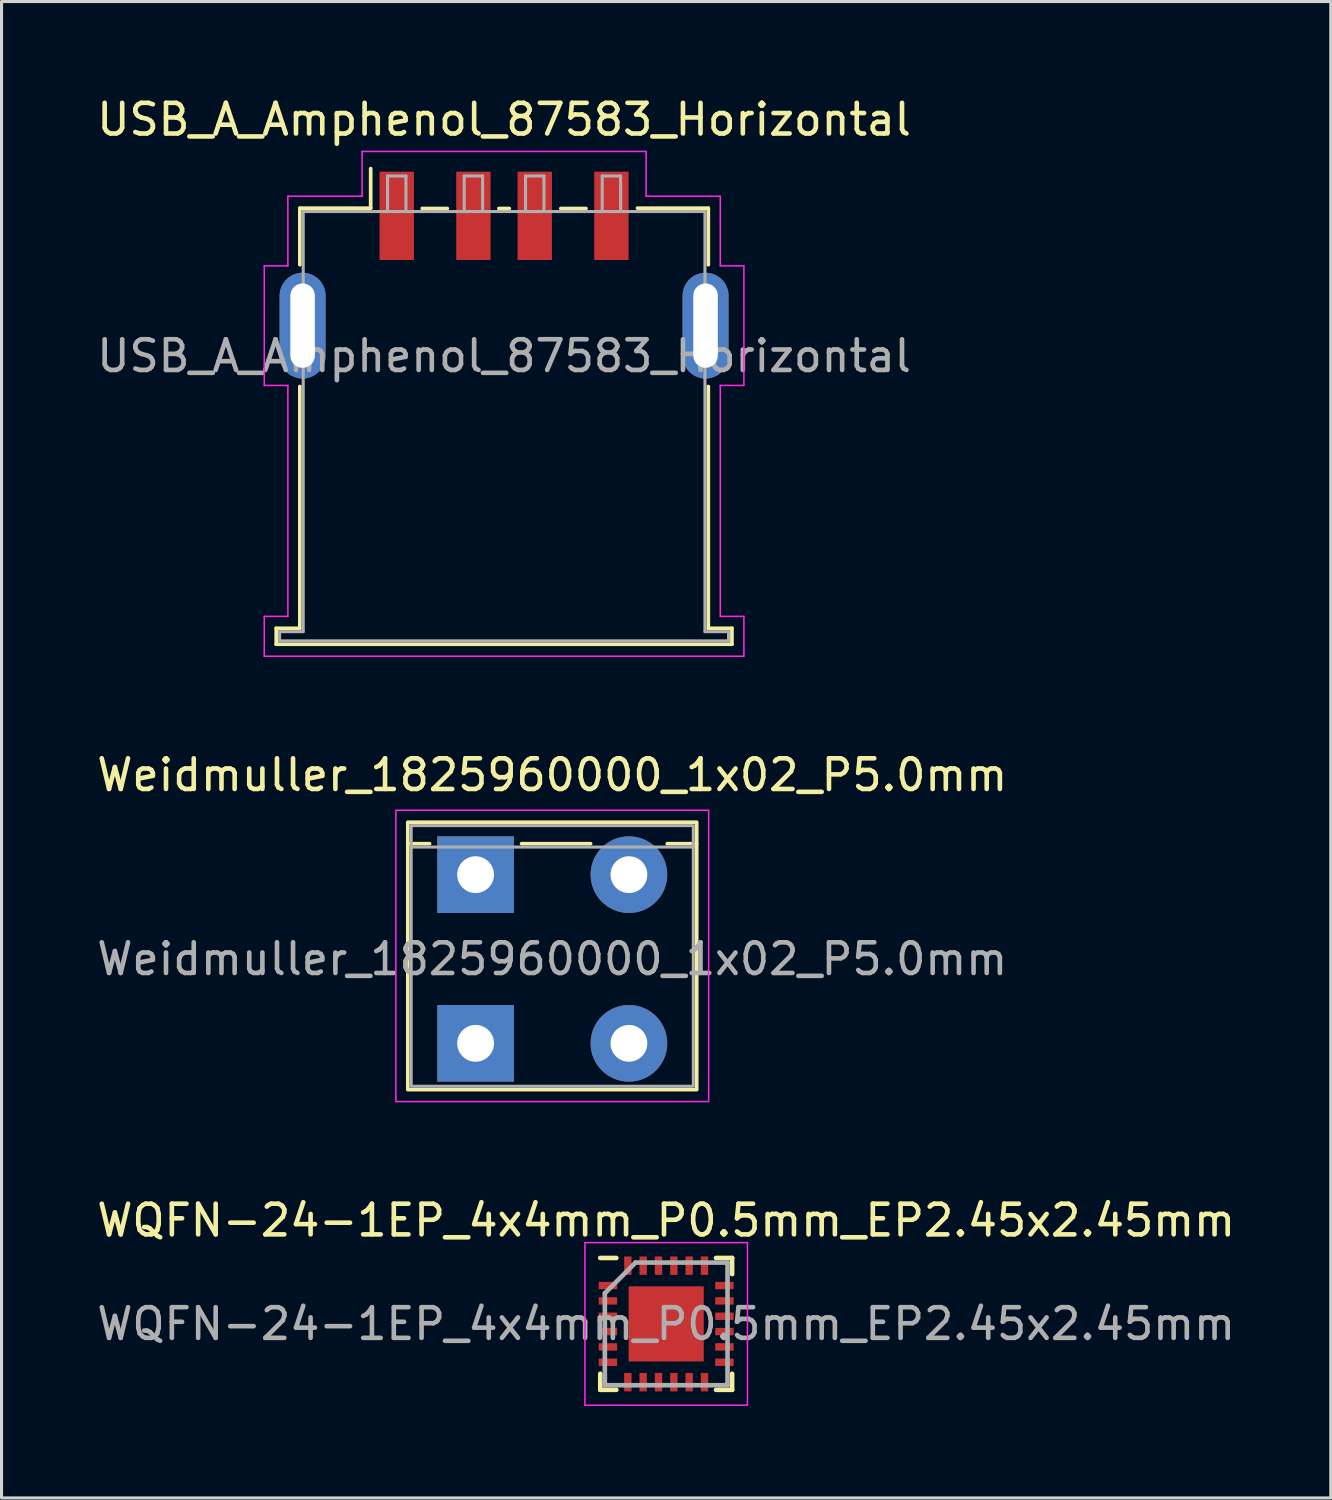
<source format=kicad_pcb>
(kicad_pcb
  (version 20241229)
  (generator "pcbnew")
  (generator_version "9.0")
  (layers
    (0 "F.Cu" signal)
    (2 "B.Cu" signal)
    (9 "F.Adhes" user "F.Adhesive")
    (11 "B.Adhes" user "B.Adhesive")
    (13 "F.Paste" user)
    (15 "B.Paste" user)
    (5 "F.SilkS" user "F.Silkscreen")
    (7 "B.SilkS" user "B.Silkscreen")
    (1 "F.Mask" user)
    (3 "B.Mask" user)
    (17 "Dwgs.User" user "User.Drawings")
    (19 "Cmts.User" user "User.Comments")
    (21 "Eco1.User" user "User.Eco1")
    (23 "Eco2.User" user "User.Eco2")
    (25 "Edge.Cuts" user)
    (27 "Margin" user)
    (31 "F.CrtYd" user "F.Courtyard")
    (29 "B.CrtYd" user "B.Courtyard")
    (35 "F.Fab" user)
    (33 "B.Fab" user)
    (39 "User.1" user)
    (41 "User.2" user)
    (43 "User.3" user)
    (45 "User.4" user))
  (footprint "USB_A_Amphenol_87583_Horizontal"
    (layer "F.Cu")
    (at 13.387 10.268)
    (property "Reference" "USB_A_Amphenol_87583_Horizontal" (at 0 -9.42 0) (layer "F.SilkS") (effects (font (size 1 1) (thickness 0.15))))
    (attr smd)
    (fp_line (start -7.43 7.17) (end -7.43 7.69) (stroke (width 0.12) (type solid)) (layer "F.SilkS"))
    (fp_line (start -7.43 7.69) (end 7.43 7.69) (stroke (width 0.12) (type solid)) (layer "F.SilkS"))
    (fp_line (start -6.66 -6.53) (end -6.66 -4.685) (stroke (width 0.12) (type solid)) (layer "F.SilkS"))
    (fp_line (start -6.66 -6.53) (end -4.35 -6.53) (stroke (width 0.12) (type solid)) (layer "F.SilkS"))
    (fp_line (start -6.66 7.17) (end -7.43 7.17) (stroke (width 0.12) (type solid)) (layer "F.SilkS"))
    (fp_line (start -6.66 7.17) (end -6.66 -0.715) (stroke (width 0.12) (type solid)) (layer "F.SilkS"))
    (fp_line (start -4.35 -7.82) (end -4.35 -6.53) (stroke (width 0.12) (type solid)) (layer "F.SilkS"))
    (fp_line (start -2.67 -6.52) (end -1.85 -6.52) (stroke (width 0.12) (type solid)) (layer "F.SilkS"))
    (fp_line (start -0.17 -6.52) (end 0.17 -6.52) (stroke (width 0.12) (type solid)) (layer "F.SilkS"))
    (fp_line (start 1.85 -6.52) (end 2.67 -6.52) (stroke (width 0.12) (type solid)) (layer "F.SilkS"))
    (fp_line (start 4.35 -6.53) (end 6.66 -6.53) (stroke (width 0.12) (type solid)) (layer "F.SilkS"))
    (fp_line (start 6.66 -6.53) (end 6.66 -4.685) (stroke (width 0.12) (type solid)) (layer "F.SilkS"))
    (fp_line (start 6.66 -0.715) (end 6.66 7.17) (stroke (width 0.12) (type solid)) (layer "F.SilkS"))
    (fp_line (start 7.43 7.17) (end 6.66 7.17) (stroke (width 0.12) (type solid)) (layer "F.SilkS"))
    (fp_line (start 7.43 7.69) (end 7.43 7.17) (stroke (width 0.12) (type solid)) (layer "F.SilkS"))
    (fp_line (start -7.82 -4.65) (end -7.82 -0.75) (stroke (width 0.05) (type solid)) (layer "F.CrtYd"))
    (fp_line (start -7.82 6.78) (end -7.05 6.78) (stroke (width 0.05) (type solid)) (layer "F.CrtYd"))
    (fp_line (start -7.82 8.08) (end -7.82 6.78) (stroke (width 0.05) (type solid)) (layer "F.CrtYd"))
    (fp_line (start -7.82 8.08) (end 7.82 8.08) (stroke (width 0.05) (type solid)) (layer "F.CrtYd"))
    (fp_line (start -7.05 -6.92) (end -7.05 -4.65) (stroke (width 0.05) (type solid)) (layer "F.CrtYd"))
    (fp_line (start -7.05 -6.92) (end -4.63 -6.92) (stroke (width 0.05) (type solid)) (layer "F.CrtYd"))
    (fp_line (start -7.05 -4.65) (end -7.82 -4.65) (stroke (width 0.05) (type solid)) (layer "F.CrtYd"))
    (fp_line (start -7.05 -0.75) (end -7.82 -0.75) (stroke (width 0.05) (type solid)) (layer "F.CrtYd"))
    (fp_line (start -7.05 6.78) (end -7.05 -0.75) (stroke (width 0.05) (type solid)) (layer "F.CrtYd"))
    (fp_line (start -4.63 -8.38) (end -4.63 -6.92) (stroke (width 0.05) (type solid)) (layer "F.CrtYd"))
    (fp_line (start -4.63 -8.38) (end 4.63 -8.38) (stroke (width 0.05) (type solid)) (layer "F.CrtYd"))
    (fp_line (start 4.63 -8.38) (end 4.63 -6.92) (stroke (width 0.05) (type solid)) (layer "F.CrtYd"))
    (fp_line (start 4.63 -6.92) (end 7.05 -6.92) (stroke (width 0.05) (type solid)) (layer "F.CrtYd"))
    (fp_line (start 7.05 -6.92) (end 7.05 -4.65) (stroke (width 0.05) (type solid)) (layer "F.CrtYd"))
    (fp_line (start 7.05 6.78) (end 7.05 -0.75) (stroke (width 0.05) (type solid)) (layer "F.CrtYd"))
    (fp_line (start 7.82 -4.65) (end 7.05 -4.65) (stroke (width 0.05) (type solid)) (layer "F.CrtYd"))
    (fp_line (start 7.82 -4.65) (end 7.82 -0.75) (stroke (width 0.05) (type solid)) (layer "F.CrtYd"))
    (fp_line (start 7.82 -0.75) (end 7.05 -0.75) (stroke (width 0.05) (type solid)) (layer "F.CrtYd"))
    (fp_line (start 7.82 6.78) (end 7.05 6.78) (stroke (width 0.05) (type solid)) (layer "F.CrtYd"))
    (fp_line (start 7.82 8.08) (end 7.82 6.78) (stroke (width 0.05) (type solid)) (layer "F.CrtYd"))
    (fp_line (start -7.32 7.28) (end -7.32 7.58) (stroke (width 0.1) (type solid)) (layer "F.Fab"))
    (fp_line (start -7.32 7.58) (end 7.32 7.58) (stroke (width 0.1) (type solid)) (layer "F.Fab"))
    (fp_line (start -6.55 -6.42) (end 6.55 -6.42) (stroke (width 0.1) (type solid)) (layer "F.Fab"))
    (fp_line (start -6.55 7.28) (end -7.32 7.28) (stroke (width 0.1) (type solid)) (layer "F.Fab"))
    (fp_line (start -6.55 7.28) (end -6.55 -6.42) (stroke (width 0.1) (type solid)) (layer "F.Fab"))
    (fp_line (start -3.8 -7.58) (end -3.8 -6.42) (stroke (width 0.1) (type solid)) (layer "F.Fab"))
    (fp_line (start -3.8 -7.58) (end -3.2 -7.58) (stroke (width 0.1) (type solid)) (layer "F.Fab"))
    (fp_line (start -3.2 -7.58) (end -3.2 -6.42) (stroke (width 0.1) (type solid)) (layer "F.Fab"))
    (fp_line (start -1.3 -7.58) (end -1.3 -6.42) (stroke (width 0.1) (type solid)) (layer "F.Fab"))
    (fp_line (start -1.3 -7.58) (end -0.7 -7.58) (stroke (width 0.1) (type solid)) (layer "F.Fab"))
    (fp_line (start -0.7 -7.58) (end -0.7 -6.42) (stroke (width 0.1) (type solid)) (layer "F.Fab"))
    (fp_line (start 0.7 -7.58) (end 0.7 -6.42) (stroke (width 0.1) (type solid)) (layer "F.Fab"))
    (fp_line (start 0.7 -7.58) (end 1.3 -7.58) (stroke (width 0.1) (type solid)) (layer "F.Fab"))
    (fp_line (start 1.3 -7.58) (end 1.3 -6.42) (stroke (width 0.1) (type solid)) (layer "F.Fab"))
    (fp_line (start 3.2 -7.58) (end 3.2 -6.42) (stroke (width 0.1) (type solid)) (layer "F.Fab"))
    (fp_line (start 3.2 -7.58) (end 3.8 -7.58) (stroke (width 0.1) (type solid)) (layer "F.Fab"))
    (fp_line (start 3.8 -7.58) (end 3.8 -6.42) (stroke (width 0.1) (type solid)) (layer "F.Fab"))
    (fp_line (start 6.55 -6.42) (end 6.55 7.28) (stroke (width 0.1) (type solid)) (layer "F.Fab"))
    (fp_line (start 7.32 7.28) (end 6.55 7.28) (stroke (width 0.1) (type solid)) (layer "F.Fab"))
    (fp_line (start 7.32 7.58) (end 7.32 7.28) (stroke (width 0.1) (type solid)) (layer "F.Fab"))
    (fp_text user "${REFERENCE}" (at 0 -1.71 0) (layer "F.Fab") (effects (font (size 1 1) (thickness 0.15))))
    (pad "1" smd rect (at -3.5 -6.28) (size 1.12 2.88) (layers "F.Cu" "F.Mask" "F.Paste"))
    (pad "2" smd rect (at -1 -6.28) (size 1.12 2.88) (layers "F.Cu" "F.Mask" "F.Paste"))
    (pad "3" smd rect (at 1 -6.28) (size 1.12 2.88) (layers "F.Cu" "F.Mask" "F.Paste"))
    (pad "4" smd rect (at 3.5 -6.28) (size 1.12 2.88) (layers "F.Cu" "F.Mask" "F.Paste"))
    (pad "5" thru_hole oval (at -6.57 -2.7) (size 1.5 3.45) (drill oval 0.8 2.75) (layers "*.Cu" "*.Mask" "F.Paste"))
    (pad "5" thru_hole oval (at 6.57 -2.7) (size 1.5 3.45) (drill oval 0.8 2.75) (layers "*.Cu" "*.Mask" "F.Paste")))
  (footprint "Weidmuller_1825960000_1x02_P5.0mm"
    (layer "F.Cu")
    (at 14.958 28.221)
    (property "Reference" "Weidmuller_1825960000_1x02_P5.0mm" (at 0 -6 0) (unlocked yes) (layer "F.SilkS") (effects (font (size 1 1) (thickness 0.15))))
    (attr through_hole)
    (fp_line (start -4.71 -3.76) (end -4 -3.76) (stroke (width 0.12) (type default)) (layer "F.SilkS"))
    (fp_line (start -1 -3.76) (end 1.25 -3.76) (stroke (width 0.12) (type default)) (layer "F.SilkS"))
    (fp_line (start 4.71 -3.76) (end 3.75 -3.76) (stroke (width 0.12) (type default)) (layer "F.SilkS"))
    (fp_rect (start -4.71 -4.46) (end 4.71 4.26) (stroke (width 0.12) (type default)) (fill no) (layer "F.SilkS"))
    (fp_rect (start -5.1 -4.85) (end 5.1 4.65) (stroke (width 0.05) (type default)) (fill no) (layer "F.CrtYd"))
    (fp_line (start -4.6 -3.65) (end 4.6 -3.65) (stroke (width 0.1) (type default)) (layer "F.Fab"))
    (fp_rect (start -4.6 -4.35) (end 4.6 4.15) (stroke (width 0.1) (type default)) (fill no) (layer "F.Fab"))
    (fp_text user "${REFERENCE}" (at 0 0 0) (unlocked yes) (layer "F.Fab") (effects (font (size 1 1) (thickness 0.15))))
    (pad "1" thru_hole rect (at -2.5 -2.75) (size 2.5 2.5) (drill 1.2) (layers "*.Cu" "*.Mask"))
    (pad "1" thru_hole rect (at -2.5 2.75) (size 2.5 2.5) (drill 1.2) (layers "*.Cu" "*.Mask"))
    (pad "2" thru_hole circle (at 2.5 -2.75) (size 2.5 2.5) (drill 1.2) (layers "*.Cu" "*.Mask"))
    (pad "2" thru_hole circle (at 2.5 2.75) (size 2.5 2.5) (drill 1.2) (layers "*.Cu" "*.Mask")))
  (footprint "WQFN-24-1EP_4x4mm_P0.5mm_EP2.45x2.45mm"
    (layer "F.Cu")
    (at 18.673 40.12)
    (property "Reference" "WQFN-24-1EP_4x4mm_P0.5mm_EP2.45x2.45mm" (at 0 -3.375 0) (layer "F.SilkS") (effects (font (size 1 1) (thickness 0.15))))
    (attr smd)
    (fp_line (start -2.15 -2.15) (end -1.625 -2.15) (stroke (width 0.15) (type solid)) (layer "F.SilkS"))
    (fp_line (start -2.15 2.15) (end -2.15 1.625) (stroke (width 0.15) (type solid)) (layer "F.SilkS"))
    (fp_line (start -2.15 2.15) (end -1.625 2.15) (stroke (width 0.15) (type solid)) (layer "F.SilkS"))
    (fp_line (start 2.15 -2.15) (end 1.625 -2.15) (stroke (width 0.15) (type solid)) (layer "F.SilkS"))
    (fp_line (start 2.15 -2.15) (end 2.15 -1.625) (stroke (width 0.15) (type solid)) (layer "F.SilkS"))
    (fp_line (start 2.15 2.15) (end 1.625 2.15) (stroke (width 0.15) (type solid)) (layer "F.SilkS"))
    (fp_line (start 2.15 2.15) (end 2.15 1.625) (stroke (width 0.15) (type solid)) (layer "F.SilkS"))
    (fp_line (start -2.65 -2.65) (end -2.65 2.65) (stroke (width 0.05) (type solid)) (layer "F.CrtYd"))
    (fp_line (start -2.65 -2.65) (end 2.65 -2.65) (stroke (width 0.05) (type solid)) (layer "F.CrtYd"))
    (fp_line (start -2.65 2.65) (end 2.65 2.65) (stroke (width 0.05) (type solid)) (layer "F.CrtYd"))
    (fp_line (start 2.65 -2.65) (end 2.65 2.65) (stroke (width 0.05) (type solid)) (layer "F.CrtYd"))
    (fp_line (start -2 -1) (end -1 -2) (stroke (width 0.15) (type solid)) (layer "F.Fab"))
    (fp_line (start -2 2) (end -2 -1) (stroke (width 0.15) (type solid)) (layer "F.Fab"))
    (fp_line (start -1 -2) (end 2 -2) (stroke (width 0.15) (type solid)) (layer "F.Fab"))
    (fp_line (start 2 -2) (end 2 2) (stroke (width 0.15) (type solid)) (layer "F.Fab"))
    (fp_line (start 2 2) (end -2 2) (stroke (width 0.15) (type solid)) (layer "F.Fab"))
    (fp_text user "${REFERENCE}" (at 0 0 0) (layer "F.Fab") (effects (font (size 1 1) (thickness 0.15))))
    (pad "" smd rect (at -0.64 -0.64) (size 1.08 1.08) (layers "F.Paste"))
    (pad "" smd rect (at -0.64 0.64) (size 1.08 1.08) (layers "F.Paste"))
    (pad "" smd rect (at 0.64 -0.64) (size 1.08 1.08) (layers "F.Paste"))
    (pad "" smd rect (at 0.64 0.64) (size 1.08 1.08) (layers "F.Paste"))
    (pad "1" smd rect (at -1.9 -1.25) (size 0.6 0.24) (layers "F.Cu" "F.Mask" "F.Paste"))
    (pad "2" smd rect (at -1.9 -0.75) (size 0.6 0.24) (layers "F.Cu" "F.Mask" "F.Paste"))
    (pad "3" smd rect (at -1.9 -0.25) (size 0.6 0.24) (layers "F.Cu" "F.Mask" "F.Paste"))
    (pad "4" smd rect (at -1.9 0.25) (size 0.6 0.24) (layers "F.Cu" "F.Mask" "F.Paste"))
    (pad "5" smd rect (at -1.9 0.75) (size 0.6 0.24) (layers "F.Cu" "F.Mask" "F.Paste"))
    (pad "6" smd rect (at -1.9 1.25) (size 0.6 0.24) (layers "F.Cu" "F.Mask" "F.Paste"))
    (pad "7" smd rect (at -1.25 1.9 90) (size 0.6 0.24) (layers "F.Cu" "F.Mask" "F.Paste"))
    (pad "8" smd rect (at -0.75 1.9 90) (size 0.6 0.24) (layers "F.Cu" "F.Mask" "F.Paste"))
    (pad "9" smd rect (at -0.25 1.9 90) (size 0.6 0.24) (layers "F.Cu" "F.Mask" "F.Paste"))
    (pad "10" smd rect (at 0.25 1.9 90) (size 0.6 0.24) (layers "F.Cu" "F.Mask" "F.Paste"))
    (pad "11" smd rect (at 0.75 1.9 90) (size 0.6 0.24) (layers "F.Cu" "F.Mask" "F.Paste"))
    (pad "12" smd rect (at 1.25 1.9 90) (size 0.6 0.24) (layers "F.Cu" "F.Mask" "F.Paste"))
    (pad "13" smd rect (at 1.9 1.25) (size 0.6 0.24) (layers "F.Cu" "F.Mask" "F.Paste"))
    (pad "14" smd rect (at 1.9 0.75) (size 0.6 0.24) (layers "F.Cu" "F.Mask" "F.Paste"))
    (pad "15" smd rect (at 1.9 0.25) (size 0.6 0.24) (layers "F.Cu" "F.Mask" "F.Paste"))
    (pad "16" smd rect (at 1.9 -0.25) (size 0.6 0.24) (layers "F.Cu" "F.Mask" "F.Paste"))
    (pad "17" smd rect (at 1.9 -0.75) (size 0.6 0.24) (layers "F.Cu" "F.Mask" "F.Paste"))
    (pad "18" smd rect (at 1.9 -1.25) (size 0.6 0.24) (layers "F.Cu" "F.Mask" "F.Paste"))
    (pad "19" smd rect (at 1.25 -1.9 90) (size 0.6 0.24) (layers "F.Cu" "F.Mask" "F.Paste"))
    (pad "20" smd rect (at 0.75 -1.9 90) (size 0.6 0.24) (layers "F.Cu" "F.Mask" "F.Paste"))
    (pad "21" smd rect (at 0.25 -1.9 90) (size 0.6 0.24) (layers "F.Cu" "F.Mask" "F.Paste"))
    (pad "22" smd rect (at -0.25 -1.9 90) (size 0.6 0.24) (layers "F.Cu" "F.Mask" "F.Paste"))
    (pad "23" smd rect (at -0.75 -1.9 90) (size 0.6 0.24) (layers "F.Cu" "F.Mask" "F.Paste"))
    (pad "24" smd rect (at -1.25 -1.9 90) (size 0.6 0.24) (layers "F.Cu" "F.Mask" "F.Paste"))
    (pad "25" smd rect (at 0 0) (size 2.45 2.45) (layers "F.Cu" "F.Mask")))
  (gr_rect
    (start -3 -3)
    (end 40.345 45.795)
    (stroke (width 0.1) (type default))
    (fill no)
    (layer "Edge.Cuts")))
</source>
